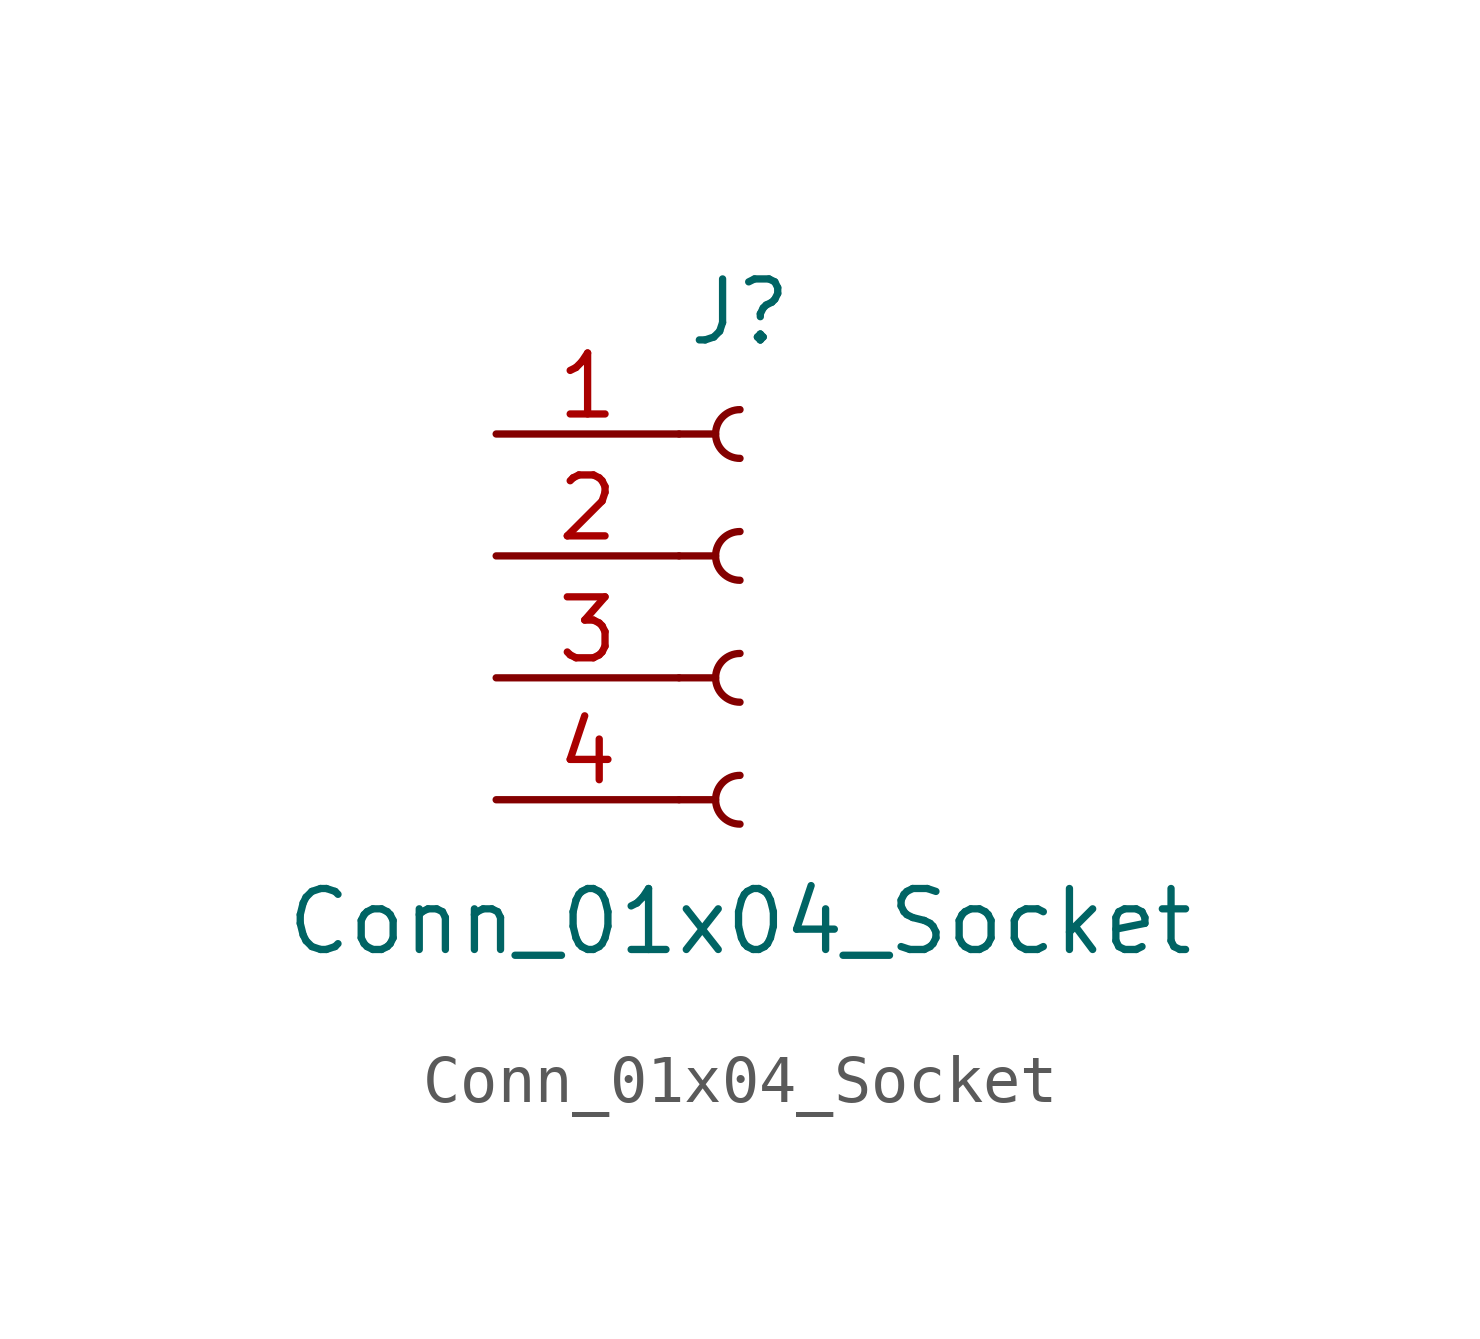
<source format=kicad_sym>
(kicad_symbol_lib
  (version 20241209)
  (generator "kicad_symbol_editor")
  (generator_version "9.0")
  (symbol "Conn_01x04_Socket"
    (pin_names
      (offset 1.016)
      (hide yes))
    (property "Reference" "J"
      (at 0 5.08 0)
      (effects (font (size 1.27 1.27))))
    (property "Value" "Conn_01x04_Socket"
      (at 0 -7.62 0)
      (effects (font (size 1.27 1.27))))
    (symbol "Conn_01x04_Socket_1_1"
      (polyline (pts (xy -1.27 2.54) (xy -0.508 2.54)) (stroke (width 0.152) (type default)) (fill (type none)))
      (polyline (pts (xy -1.27 0) (xy -0.508 0)) (stroke (width 0.152) (type default)) (fill (type none)))
      (polyline (pts (xy -1.27 -2.54) (xy -0.508 -2.54)) (stroke (width 0.152) (type default)) (fill (type none)))
      (polyline (pts (xy -1.27 -5.08) (xy -0.508 -5.08)) (stroke (width 0.152) (type default)) (fill (type none)))
      (arc (start 0 2.032) (mid -0.5058 2.54) (end 0 3.048) (stroke (width 0.1524) (type default)) (fill (type none)))
      (arc (start 0 -0.508) (mid -0.5058 0) (end 0 0.508) (stroke (width 0.1524) (type default)) (fill (type none)))
      (arc (start 0 -3.048) (mid -0.5058 -2.54) (end 0 -2.032) (stroke (width 0.1524) (type default)) (fill (type none)))
      (arc (start 0 -5.588) (mid -0.5058 -5.08) (end 0 -4.572) (stroke (width 0.1524) (type default)) (fill (type none)))
      (pin passive line (at -5.08 2.54 0) (length 3.81) (name "Pin_1" (effects (font (size 1.27 1.27)))) (number "1" (effects (font (size 1.27 1.27)))))
      (pin passive line (at -5.08 0 0) (length 3.81) (name "Pin_2" (effects (font (size 1.27 1.27)))) (number "2" (effects (font (size 1.27 1.27)))))
      (pin passive line (at -5.08 -2.54 0) (length 3.81) (name "Pin_3" (effects (font (size 1.27 1.27)))) (number "3" (effects (font (size 1.27 1.27)))))
      (pin passive line (at -5.08 -5.08 0) (length 3.81) (name "Pin_4" (effects (font (size 1.27 1.27)))) (number "4" (effects (font (size 1.27 1.27))))))))
</source>
